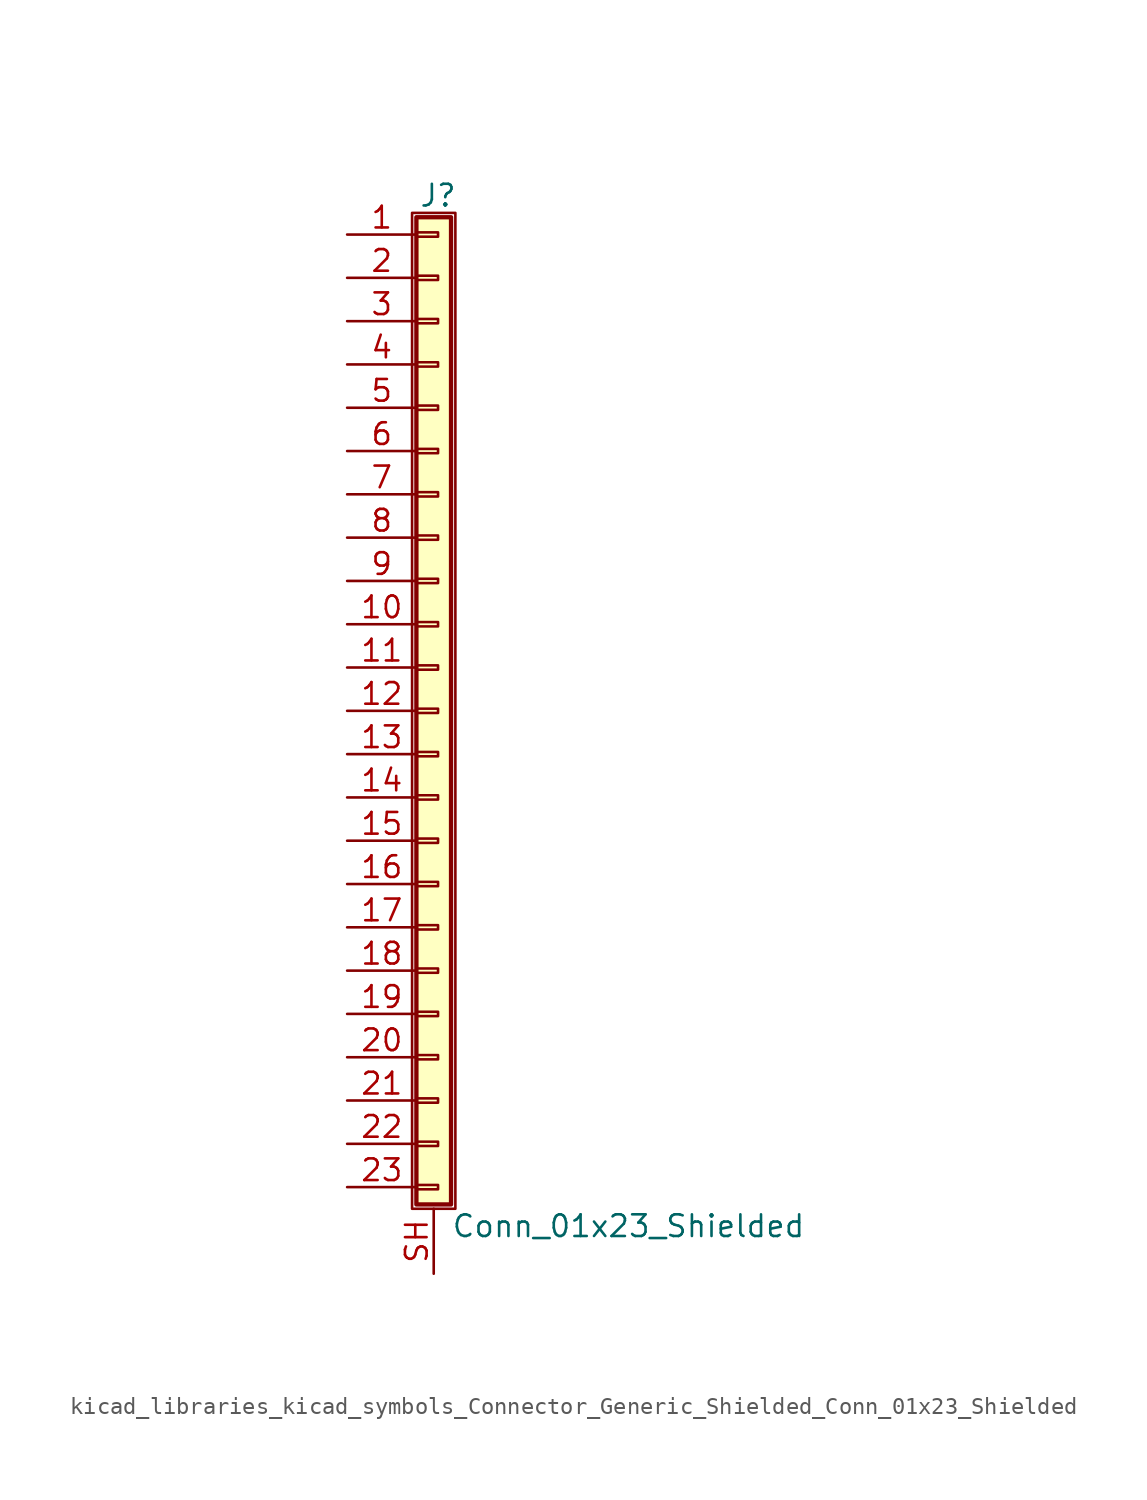
<source format=kicad_sym>
(kicad_symbol_lib
  (version 20220914)
  (generator kicad_symbol_editor)
  (symbol "kicad_libraries_kicad_symbols_Connector_Generic_Shielded_Conn_01x23_Shielded"
    (pin_names
      (offset 1.016) hide)
    (property "Reference" "J"
      (at 0.254 30.226 0)
      (effects (font (size 1.27 1.27))))
    (property "Value" "Conn_01x23_Shielded"
      (at 1.016 -30.226 0)
      (effects (font (size 1.27 1.27)) (justify left)))
    (symbol "kicad_libraries_kicad_symbols_Connector_Generic_Shielded_Conn_01x23_Shielded_1_1"
      (rectangle (start -1.27 29.21) (end 1.27 -29.21) (stroke (width 0.152) (type default)) (fill (type none)))
      (rectangle (start -1.016 -27.813) (end 0.254 -28.067) (stroke (width 0.152) (type default)) (fill (type none)))
      (rectangle (start -1.016 -25.273) (end 0.254 -25.527) (stroke (width 0.152) (type default)) (fill (type none)))
      (rectangle (start -1.016 -22.733) (end 0.254 -22.987) (stroke (width 0.152) (type default)) (fill (type none)))
      (rectangle (start -1.016 -20.193) (end 0.254 -20.447) (stroke (width 0.152) (type default)) (fill (type none)))
      (rectangle (start -1.016 -17.653) (end 0.254 -17.907) (stroke (width 0.152) (type default)) (fill (type none)))
      (rectangle (start -1.016 -15.113) (end 0.254 -15.367) (stroke (width 0.152) (type default)) (fill (type none)))
      (rectangle (start -1.016 -12.573) (end 0.254 -12.827) (stroke (width 0.152) (type default)) (fill (type none)))
      (rectangle (start -1.016 -10.033) (end 0.254 -10.287) (stroke (width 0.152) (type default)) (fill (type none)))
      (rectangle (start -1.016 -7.493) (end 0.254 -7.747) (stroke (width 0.152) (type default)) (fill (type none)))
      (rectangle (start -1.016 -4.953) (end 0.254 -5.207) (stroke (width 0.152) (type default)) (fill (type none)))
      (rectangle (start -1.016 -2.413) (end 0.254 -2.667) (stroke (width 0.152) (type default)) (fill (type none)))
      (rectangle (start -1.016 0.127) (end 0.254 -0.127) (stroke (width 0.152) (type default)) (fill (type none)))
      (rectangle (start -1.016 2.667) (end 0.254 2.413) (stroke (width 0.152) (type default)) (fill (type none)))
      (rectangle (start -1.016 5.207) (end 0.254 4.953) (stroke (width 0.152) (type default)) (fill (type none)))
      (rectangle (start -1.016 7.747) (end 0.254 7.493) (stroke (width 0.152) (type default)) (fill (type none)))
      (rectangle (start -1.016 10.287) (end 0.254 10.033) (stroke (width 0.152) (type default)) (fill (type none)))
      (rectangle (start -1.016 12.827) (end 0.254 12.573) (stroke (width 0.152) (type default)) (fill (type none)))
      (rectangle (start -1.016 15.367) (end 0.254 15.113) (stroke (width 0.152) (type default)) (fill (type none)))
      (rectangle (start -1.016 17.907) (end 0.254 17.653) (stroke (width 0.152) (type default)) (fill (type none)))
      (rectangle (start -1.016 20.447) (end 0.254 20.193) (stroke (width 0.152) (type default)) (fill (type none)))
      (rectangle (start -1.016 22.987) (end 0.254 22.733) (stroke (width 0.152) (type default)) (fill (type none)))
      (rectangle (start -1.016 25.527) (end 0.254 25.273) (stroke (width 0.152) (type default)) (fill (type none)))
      (rectangle (start -1.016 28.067) (end 0.254 27.813) (stroke (width 0.152) (type default)) (fill (type none)))
      (rectangle (start -1.016 28.956) (end 1.016 -28.956) (stroke (width 0.254) (type default)) (fill (type background)))
      (pin passive line (at -5.08 27.94 0) (length 4.064) (name "Pin_1" (effects (font (size 1.27 1.27)))) (number "1" (effects (font (size 1.27 1.27)))))
      (pin passive line (at -5.08 5.08 0) (length 4.064) (name "Pin_10" (effects (font (size 1.27 1.27)))) (number "10" (effects (font (size 1.27 1.27)))))
      (pin passive line (at -5.08 2.54 0) (length 4.064) (name "Pin_11" (effects (font (size 1.27 1.27)))) (number "11" (effects (font (size 1.27 1.27)))))
      (pin passive line (at -5.08 0 0) (length 4.064) (name "Pin_12" (effects (font (size 1.27 1.27)))) (number "12" (effects (font (size 1.27 1.27)))))
      (pin passive line (at -5.08 -2.54 0) (length 4.064) (name "Pin_13" (effects (font (size 1.27 1.27)))) (number "13" (effects (font (size 1.27 1.27)))))
      (pin passive line (at -5.08 -5.08 0) (length 4.064) (name "Pin_14" (effects (font (size 1.27 1.27)))) (number "14" (effects (font (size 1.27 1.27)))))
      (pin passive line (at -5.08 -7.62 0) (length 4.064) (name "Pin_15" (effects (font (size 1.27 1.27)))) (number "15" (effects (font (size 1.27 1.27)))))
      (pin passive line (at -5.08 -10.16 0) (length 4.064) (name "Pin_16" (effects (font (size 1.27 1.27)))) (number "16" (effects (font (size 1.27 1.27)))))
      (pin passive line (at -5.08 -12.7 0) (length 4.064) (name "Pin_17" (effects (font (size 1.27 1.27)))) (number "17" (effects (font (size 1.27 1.27)))))
      (pin passive line (at -5.08 -15.24 0) (length 4.064) (name "Pin_18" (effects (font (size 1.27 1.27)))) (number "18" (effects (font (size 1.27 1.27)))))
      (pin passive line (at -5.08 -17.78 0) (length 4.064) (name "Pin_19" (effects (font (size 1.27 1.27)))) (number "19" (effects (font (size 1.27 1.27)))))
      (pin passive line (at -5.08 25.4 0) (length 4.064) (name "Pin_2" (effects (font (size 1.27 1.27)))) (number "2" (effects (font (size 1.27 1.27)))))
      (pin passive line (at -5.08 -20.32 0) (length 4.064) (name "Pin_20" (effects (font (size 1.27 1.27)))) (number "20" (effects (font (size 1.27 1.27)))))
      (pin passive line (at -5.08 -22.86 0) (length 4.064) (name "Pin_21" (effects (font (size 1.27 1.27)))) (number "21" (effects (font (size 1.27 1.27)))))
      (pin passive line (at -5.08 -25.4 0) (length 4.064) (name "Pin_22" (effects (font (size 1.27 1.27)))) (number "22" (effects (font (size 1.27 1.27)))))
      (pin passive line (at -5.08 -27.94 0) (length 4.064) (name "Pin_23" (effects (font (size 1.27 1.27)))) (number "23" (effects (font (size 1.27 1.27)))))
      (pin passive line (at -5.08 22.86 0) (length 4.064) (name "Pin_3" (effects (font (size 1.27 1.27)))) (number "3" (effects (font (size 1.27 1.27)))))
      (pin passive line (at -5.08 20.32 0) (length 4.064) (name "Pin_4" (effects (font (size 1.27 1.27)))) (number "4" (effects (font (size 1.27 1.27)))))
      (pin passive line (at -5.08 17.78 0) (length 4.064) (name "Pin_5" (effects (font (size 1.27 1.27)))) (number "5" (effects (font (size 1.27 1.27)))))
      (pin passive line (at -5.08 15.24 0) (length 4.064) (name "Pin_6" (effects (font (size 1.27 1.27)))) (number "6" (effects (font (size 1.27 1.27)))))
      (pin passive line (at -5.08 12.7 0) (length 4.064) (name "Pin_7" (effects (font (size 1.27 1.27)))) (number "7" (effects (font (size 1.27 1.27)))))
      (pin passive line (at -5.08 10.16 0) (length 4.064) (name "Pin_8" (effects (font (size 1.27 1.27)))) (number "8" (effects (font (size 1.27 1.27)))))
      (pin passive line (at -5.08 7.62 0) (length 4.064) (name "Pin_9" (effects (font (size 1.27 1.27)))) (number "9" (effects (font (size 1.27 1.27)))))
      (pin passive line (at 0 -33.02 90) (length 3.81) (name "Shield" (effects (font (size 1.27 1.27)))) (number "SH" (effects (font (size 1.27 1.27))))))))
</source>
